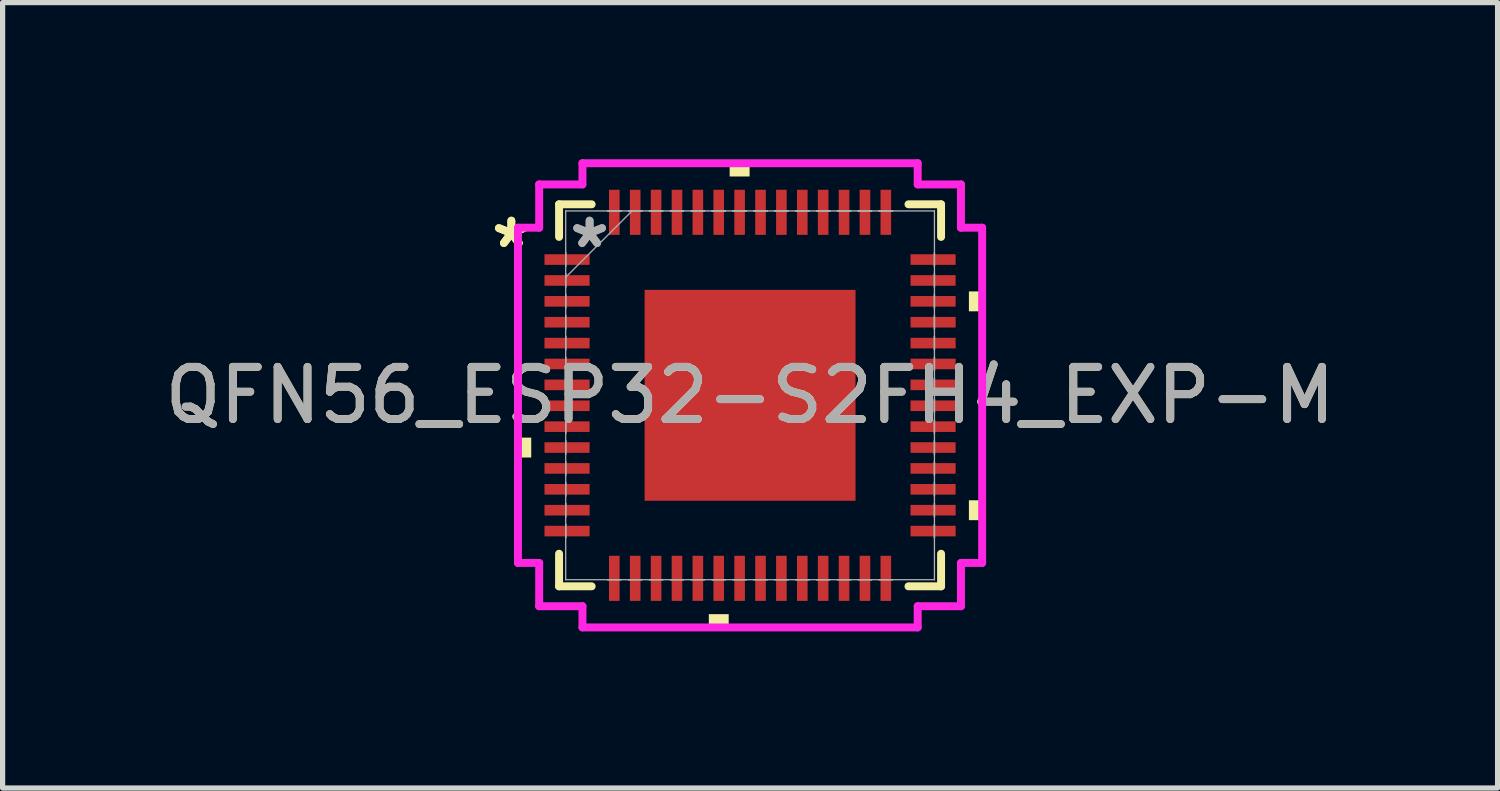
<source format=kicad_pcb>
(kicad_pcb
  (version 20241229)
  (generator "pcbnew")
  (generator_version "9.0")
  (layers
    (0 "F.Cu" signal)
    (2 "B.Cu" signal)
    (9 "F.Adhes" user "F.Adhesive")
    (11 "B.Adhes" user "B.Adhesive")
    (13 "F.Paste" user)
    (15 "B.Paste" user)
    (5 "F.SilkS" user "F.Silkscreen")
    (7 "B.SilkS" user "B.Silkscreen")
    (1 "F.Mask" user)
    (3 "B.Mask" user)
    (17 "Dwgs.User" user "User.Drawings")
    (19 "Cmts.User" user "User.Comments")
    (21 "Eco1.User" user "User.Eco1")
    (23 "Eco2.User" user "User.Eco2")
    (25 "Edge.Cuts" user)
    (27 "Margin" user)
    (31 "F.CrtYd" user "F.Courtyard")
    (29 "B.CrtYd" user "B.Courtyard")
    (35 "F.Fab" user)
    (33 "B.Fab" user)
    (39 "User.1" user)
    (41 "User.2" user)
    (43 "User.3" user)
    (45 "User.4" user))
  (footprint "QFN56_ESP32-S2FH4_EXP-M"
    (layer "F.Cu")
    (at 11.315 4.521)
    (property "Reference" "QFN56_ESP32-S2FH4_EXP-M" (at 0 0 0) (unlocked yes) (layer "F.SilkS") (effects (font (size 1 1) (thickness 0.15))))
    (attr smd)
    (fp_line (start -3.658 -3.658) (end -3.658 -3.034) (stroke (width 0.152) (type solid)) (layer "F.SilkS"))
    (fp_line (start -3.658 3.034) (end -3.658 3.658) (stroke (width 0.152) (type solid)) (layer "F.SilkS"))
    (fp_line (start -3.658 3.658) (end -3.034 3.658) (stroke (width 0.152) (type solid)) (layer "F.SilkS"))
    (fp_line (start -3.034 -3.658) (end -3.658 -3.658) (stroke (width 0.152) (type solid)) (layer "F.SilkS"))
    (fp_line (start 3.034 3.658) (end 3.658 3.658) (stroke (width 0.152) (type solid)) (layer "F.SilkS"))
    (fp_line (start 3.658 -3.658) (end 3.034 -3.658) (stroke (width 0.152) (type solid)) (layer "F.SilkS"))
    (fp_line (start 3.658 -3.034) (end 3.658 -3.658) (stroke (width 0.152) (type solid)) (layer "F.SilkS"))
    (fp_line (start 3.658 3.658) (end 3.658 3.034) (stroke (width 0.152) (type solid)) (layer "F.SilkS"))
    (fp_poly (pts (xy -4.445 0.81) (xy -4.445 1.191) (xy -4.191 1.191) (xy -4.191 0.81)) (stroke (width 0) (type solid)) (fill yes) (layer "F.SilkS"))
    (fp_poly (pts (xy -0.79 4.191) (xy -0.79 4.445) (xy -0.409 4.445) (xy -0.409 4.191)) (stroke (width 0) (type solid)) (fill yes) (layer "F.SilkS"))
    (fp_poly (pts (xy -0.391 -4.191) (xy -0.391 -4.445) (xy -0.009 -4.445) (xy -0.009 -4.191)) (stroke (width 0) (type solid)) (fill yes) (layer "F.SilkS"))
    (fp_poly (pts (xy 4.445 -1.99) (xy 4.445 -1.609) (xy 4.191 -1.609) (xy 4.191 -1.99)) (stroke (width 0) (type solid)) (fill yes) (layer "F.SilkS"))
    (fp_poly (pts (xy 4.445 2.01) (xy 4.445 2.391) (xy 4.191 2.391) (xy 4.191 2.01)) (stroke (width 0) (type solid)) (fill yes) (layer "F.SilkS"))
    (fp_poly (pts (xy -1.919 -1.919) (xy -1.919 -0.773) (xy -0.773 -0.773) (xy -0.773 -1.919)) (stroke (width 0) (type solid)) (fill yes) (layer "F.Paste"))
    (fp_poly (pts (xy -1.919 -0.573) (xy -1.919 0.573) (xy -0.773 0.573) (xy -0.773 -0.573)) (stroke (width 0) (type solid)) (fill yes) (layer "F.Paste"))
    (fp_poly (pts (xy -1.919 0.773) (xy -1.919 1.919) (xy -0.773 1.919) (xy -0.773 0.773)) (stroke (width 0) (type solid)) (fill yes) (layer "F.Paste"))
    (fp_poly (pts (xy -0.573 -1.919) (xy -0.573 -0.773) (xy 0.573 -0.773) (xy 0.573 -1.919)) (stroke (width 0) (type solid)) (fill yes) (layer "F.Paste"))
    (fp_poly (pts (xy -0.573 -0.573) (xy -0.573 0.573) (xy 0.573 0.573) (xy 0.573 -0.573)) (stroke (width 0) (type solid)) (fill yes) (layer "F.Paste"))
    (fp_poly (pts (xy -0.573 0.773) (xy -0.573 1.919) (xy 0.573 1.919) (xy 0.573 0.773)) (stroke (width 0) (type solid)) (fill yes) (layer "F.Paste"))
    (fp_poly (pts (xy 0.773 -1.919) (xy 0.773 -0.773) (xy 1.919 -0.773) (xy 1.919 -1.919)) (stroke (width 0) (type solid)) (fill yes) (layer "F.Paste"))
    (fp_poly (pts (xy 0.773 -0.573) (xy 0.773 0.573) (xy 1.919 0.573) (xy 1.919 -0.573)) (stroke (width 0) (type solid)) (fill yes) (layer "F.Paste"))
    (fp_poly (pts (xy 0.773 0.773) (xy 0.773 1.919) (xy 1.919 1.919) (xy 1.919 0.773)) (stroke (width 0) (type solid)) (fill yes) (layer "F.Paste"))
    (fp_line (start -4.445 -3.21) (end -4.039 -3.21) (stroke (width 0.152) (type solid)) (layer "F.CrtYd"))
    (fp_line (start -4.445 3.21) (end -4.445 -3.21) (stroke (width 0.152) (type solid)) (layer "F.CrtYd"))
    (fp_line (start -4.039 -4.039) (end -3.21 -4.039) (stroke (width 0.152) (type solid)) (layer "F.CrtYd"))
    (fp_line (start -4.039 -3.21) (end -4.039 -4.039) (stroke (width 0.152) (type solid)) (layer "F.CrtYd"))
    (fp_line (start -4.039 3.21) (end -4.445 3.21) (stroke (width 0.152) (type solid)) (layer "F.CrtYd"))
    (fp_line (start -4.039 4.039) (end -4.039 3.21) (stroke (width 0.152) (type solid)) (layer "F.CrtYd"))
    (fp_line (start -3.21 -4.445) (end 3.21 -4.445) (stroke (width 0.152) (type solid)) (layer "F.CrtYd"))
    (fp_line (start -3.21 -4.039) (end -3.21 -4.445) (stroke (width 0.152) (type solid)) (layer "F.CrtYd"))
    (fp_line (start -3.21 4.039) (end -4.039 4.039) (stroke (width 0.152) (type solid)) (layer "F.CrtYd"))
    (fp_line (start -3.21 4.445) (end -3.21 4.039) (stroke (width 0.152) (type solid)) (layer "F.CrtYd"))
    (fp_line (start 3.21 -4.445) (end 3.21 -4.039) (stroke (width 0.152) (type solid)) (layer "F.CrtYd"))
    (fp_line (start 3.21 -4.039) (end 4.039 -4.039) (stroke (width 0.152) (type solid)) (layer "F.CrtYd"))
    (fp_line (start 3.21 4.039) (end 3.21 4.445) (stroke (width 0.152) (type solid)) (layer "F.CrtYd"))
    (fp_line (start 3.21 4.445) (end -3.21 4.445) (stroke (width 0.152) (type solid)) (layer "F.CrtYd"))
    (fp_line (start 4.039 -4.039) (end 4.039 -3.21) (stroke (width 0.152) (type solid)) (layer "F.CrtYd"))
    (fp_line (start 4.039 -3.21) (end 4.445 -3.21) (stroke (width 0.152) (type solid)) (layer "F.CrtYd"))
    (fp_line (start 4.039 3.21) (end 4.039 4.039) (stroke (width 0.152) (type solid)) (layer "F.CrtYd"))
    (fp_line (start 4.039 4.039) (end 3.21 4.039) (stroke (width 0.152) (type solid)) (layer "F.CrtYd"))
    (fp_line (start 4.445 -3.21) (end 4.445 3.21) (stroke (width 0.152) (type solid)) (layer "F.CrtYd"))
    (fp_line (start 4.445 3.21) (end 4.039 3.21) (stroke (width 0.152) (type solid)) (layer "F.CrtYd"))
    (fp_line (start -3.531 -3.531) (end -3.531 -3.531) (stroke (width 0.025) (type solid)) (layer "F.Fab"))
    (fp_line (start -3.531 -3.531) (end -3.531 3.531) (stroke (width 0.025) (type solid)) (layer "F.Fab"))
    (fp_line (start -3.531 -2.727) (end -3.531 -2.727) (stroke (width 0.025) (type solid)) (layer "F.Fab"))
    (fp_line (start -3.531 -2.727) (end -3.531 -2.473) (stroke (width 0.025) (type solid)) (layer "F.Fab"))
    (fp_line (start -3.531 -2.473) (end -3.531 -2.727) (stroke (width 0.025) (type solid)) (layer "F.Fab"))
    (fp_line (start -3.531 -2.473) (end -3.531 -2.473) (stroke (width 0.025) (type solid)) (layer "F.Fab"))
    (fp_line (start -3.531 -2.327) (end -3.531 -2.327) (stroke (width 0.025) (type solid)) (layer "F.Fab"))
    (fp_line (start -3.531 -2.327) (end -3.531 -2.073) (stroke (width 0.025) (type solid)) (layer "F.Fab"))
    (fp_line (start -3.531 -2.261) (end -2.261 -3.531) (stroke (width 0.025) (type solid)) (layer "F.Fab"))
    (fp_line (start -3.531 -2.073) (end -3.531 -2.327) (stroke (width 0.025) (type solid)) (layer "F.Fab"))
    (fp_line (start -3.531 -2.073) (end -3.531 -2.073) (stroke (width 0.025) (type solid)) (layer "F.Fab"))
    (fp_line (start -3.531 -1.927) (end -3.531 -1.927) (stroke (width 0.025) (type solid)) (layer "F.Fab"))
    (fp_line (start -3.531 -1.927) (end -3.531 -1.673) (stroke (width 0.025) (type solid)) (layer "F.Fab"))
    (fp_line (start -3.531 -1.673) (end -3.531 -1.927) (stroke (width 0.025) (type solid)) (layer "F.Fab"))
    (fp_line (start -3.531 -1.673) (end -3.531 -1.673) (stroke (width 0.025) (type solid)) (layer "F.Fab"))
    (fp_line (start -3.531 -1.527) (end -3.531 -1.527) (stroke (width 0.025) (type solid)) (layer "F.Fab"))
    (fp_line (start -3.531 -1.527) (end -3.531 -1.273) (stroke (width 0.025) (type solid)) (layer "F.Fab"))
    (fp_line (start -3.531 -1.273) (end -3.531 -1.527) (stroke (width 0.025) (type solid)) (layer "F.Fab"))
    (fp_line (start -3.531 -1.273) (end -3.531 -1.273) (stroke (width 0.025) (type solid)) (layer "F.Fab"))
    (fp_line (start -3.531 -1.127) (end -3.531 -1.127) (stroke (width 0.025) (type solid)) (layer "F.Fab"))
    (fp_line (start -3.531 -1.127) (end -3.531 -0.873) (stroke (width 0.025) (type solid)) (layer "F.Fab"))
    (fp_line (start -3.531 -0.873) (end -3.531 -1.127) (stroke (width 0.025) (type solid)) (layer "F.Fab"))
    (fp_line (start -3.531 -0.873) (end -3.531 -0.873) (stroke (width 0.025) (type solid)) (layer "F.Fab"))
    (fp_line (start -3.531 -0.727) (end -3.531 -0.727) (stroke (width 0.025) (type solid)) (layer "F.Fab"))
    (fp_line (start -3.531 -0.727) (end -3.531 -0.473) (stroke (width 0.025) (type solid)) (layer "F.Fab"))
    (fp_line (start -3.531 -0.473) (end -3.531 -0.727) (stroke (width 0.025) (type solid)) (layer "F.Fab"))
    (fp_line (start -3.531 -0.473) (end -3.531 -0.473) (stroke (width 0.025) (type solid)) (layer "F.Fab"))
    (fp_line (start -3.531 -0.327) (end -3.531 -0.327) (stroke (width 0.025) (type solid)) (layer "F.Fab"))
    (fp_line (start -3.531 -0.327) (end -3.531 -0.073) (stroke (width 0.025) (type solid)) (layer "F.Fab"))
    (fp_line (start -3.531 -0.073) (end -3.531 -0.327) (stroke (width 0.025) (type solid)) (layer "F.Fab"))
    (fp_line (start -3.531 -0.073) (end -3.531 -0.073) (stroke (width 0.025) (type solid)) (layer "F.Fab"))
    (fp_line (start -3.531 0.073) (end -3.531 0.073) (stroke (width 0.025) (type solid)) (layer "F.Fab"))
    (fp_line (start -3.531 0.073) (end -3.531 0.327) (stroke (width 0.025) (type solid)) (layer "F.Fab"))
    (fp_line (start -3.531 0.327) (end -3.531 0.073) (stroke (width 0.025) (type solid)) (layer "F.Fab"))
    (fp_line (start -3.531 0.327) (end -3.531 0.327) (stroke (width 0.025) (type solid)) (layer "F.Fab"))
    (fp_line (start -3.531 0.473) (end -3.531 0.473) (stroke (width 0.025) (type solid)) (layer "F.Fab"))
    (fp_line (start -3.531 0.473) (end -3.531 0.727) (stroke (width 0.025) (type solid)) (layer "F.Fab"))
    (fp_line (start -3.531 0.727) (end -3.531 0.473) (stroke (width 0.025) (type solid)) (layer "F.Fab"))
    (fp_line (start -3.531 0.727) (end -3.531 0.727) (stroke (width 0.025) (type solid)) (layer "F.Fab"))
    (fp_line (start -3.531 0.873) (end -3.531 0.873) (stroke (width 0.025) (type solid)) (layer "F.Fab"))
    (fp_line (start -3.531 0.873) (end -3.531 1.127) (stroke (width 0.025) (type solid)) (layer "F.Fab"))
    (fp_line (start -3.531 1.127) (end -3.531 0.873) (stroke (width 0.025) (type solid)) (layer "F.Fab"))
    (fp_line (start -3.531 1.127) (end -3.531 1.127) (stroke (width 0.025) (type solid)) (layer "F.Fab"))
    (fp_line (start -3.531 1.273) (end -3.531 1.273) (stroke (width 0.025) (type solid)) (layer "F.Fab"))
    (fp_line (start -3.531 1.273) (end -3.531 1.527) (stroke (width 0.025) (type solid)) (layer "F.Fab"))
    (fp_line (start -3.531 1.527) (end -3.531 1.273) (stroke (width 0.025) (type solid)) (layer "F.Fab"))
    (fp_line (start -3.531 1.527) (end -3.531 1.527) (stroke (width 0.025) (type solid)) (layer "F.Fab"))
    (fp_line (start -3.531 1.673) (end -3.531 1.673) (stroke (width 0.025) (type solid)) (layer "F.Fab"))
    (fp_line (start -3.531 1.673) (end -3.531 1.927) (stroke (width 0.025) (type solid)) (layer "F.Fab"))
    (fp_line (start -3.531 1.927) (end -3.531 1.673) (stroke (width 0.025) (type solid)) (layer "F.Fab"))
    (fp_line (start -3.531 1.927) (end -3.531 1.927) (stroke (width 0.025) (type solid)) (layer "F.Fab"))
    (fp_line (start -3.531 2.073) (end -3.531 2.073) (stroke (width 0.025) (type solid)) (layer "F.Fab"))
    (fp_line (start -3.531 2.073) (end -3.531 2.327) (stroke (width 0.025) (type solid)) (layer "F.Fab"))
    (fp_line (start -3.531 2.327) (end -3.531 2.073) (stroke (width 0.025) (type solid)) (layer "F.Fab"))
    (fp_line (start -3.531 2.327) (end -3.531 2.327) (stroke (width 0.025) (type solid)) (layer "F.Fab"))
    (fp_line (start -3.531 2.473) (end -3.531 2.473) (stroke (width 0.025) (type solid)) (layer "F.Fab"))
    (fp_line (start -3.531 2.473) (end -3.531 2.727) (stroke (width 0.025) (type solid)) (layer "F.Fab"))
    (fp_line (start -3.531 2.727) (end -3.531 2.473) (stroke (width 0.025) (type solid)) (layer "F.Fab"))
    (fp_line (start -3.531 2.727) (end -3.531 2.727) (stroke (width 0.025) (type solid)) (layer "F.Fab"))
    (fp_line (start -3.531 3.531) (end -3.531 3.531) (stroke (width 0.025) (type solid)) (layer "F.Fab"))
    (fp_line (start -3.531 3.531) (end 3.531 3.531) (stroke (width 0.025) (type solid)) (layer "F.Fab"))
    (fp_line (start -2.727 -3.531) (end -2.727 -3.531) (stroke (width 0.025) (type solid)) (layer "F.Fab"))
    (fp_line (start -2.727 -3.531) (end -2.473 -3.531) (stroke (width 0.025) (type solid)) (layer "F.Fab"))
    (fp_line (start -2.727 3.531) (end -2.727 3.531) (stroke (width 0.025) (type solid)) (layer "F.Fab"))
    (fp_line (start -2.727 3.531) (end -2.473 3.531) (stroke (width 0.025) (type solid)) (layer "F.Fab"))
    (fp_line (start -2.473 -3.531) (end -2.727 -3.531) (stroke (width 0.025) (type solid)) (layer "F.Fab"))
    (fp_line (start -2.473 -3.531) (end -2.473 -3.531) (stroke (width 0.025) (type solid)) (layer "F.Fab"))
    (fp_line (start -2.473 3.531) (end -2.727 3.531) (stroke (width 0.025) (type solid)) (layer "F.Fab"))
    (fp_line (start -2.473 3.531) (end -2.473 3.531) (stroke (width 0.025) (type solid)) (layer "F.Fab"))
    (fp_line (start -2.327 -3.531) (end -2.327 -3.531) (stroke (width 0.025) (type solid)) (layer "F.Fab"))
    (fp_line (start -2.327 -3.531) (end -2.073 -3.531) (stroke (width 0.025) (type solid)) (layer "F.Fab"))
    (fp_line (start -2.327 3.531) (end -2.327 3.531) (stroke (width 0.025) (type solid)) (layer "F.Fab"))
    (fp_line (start -2.327 3.531) (end -2.073 3.531) (stroke (width 0.025) (type solid)) (layer "F.Fab"))
    (fp_line (start -2.073 -3.531) (end -2.327 -3.531) (stroke (width 0.025) (type solid)) (layer "F.Fab"))
    (fp_line (start -2.073 -3.531) (end -2.073 -3.531) (stroke (width 0.025) (type solid)) (layer "F.Fab"))
    (fp_line (start -2.073 3.531) (end -2.327 3.531) (stroke (width 0.025) (type solid)) (layer "F.Fab"))
    (fp_line (start -2.073 3.531) (end -2.073 3.531) (stroke (width 0.025) (type solid)) (layer "F.Fab"))
    (fp_line (start -1.927 -3.531) (end -1.927 -3.531) (stroke (width 0.025) (type solid)) (layer "F.Fab"))
    (fp_line (start -1.927 -3.531) (end -1.673 -3.531) (stroke (width 0.025) (type solid)) (layer "F.Fab"))
    (fp_line (start -1.927 3.531) (end -1.927 3.531) (stroke (width 0.025) (type solid)) (layer "F.Fab"))
    (fp_line (start -1.927 3.531) (end -1.673 3.531) (stroke (width 0.025) (type solid)) (layer "F.Fab"))
    (fp_line (start -1.673 -3.531) (end -1.927 -3.531) (stroke (width 0.025) (type solid)) (layer "F.Fab"))
    (fp_line (start -1.673 -3.531) (end -1.673 -3.531) (stroke (width 0.025) (type solid)) (layer "F.Fab"))
    (fp_line (start -1.673 3.531) (end -1.927 3.531) (stroke (width 0.025) (type solid)) (layer "F.Fab"))
    (fp_line (start -1.673 3.531) (end -1.673 3.531) (stroke (width 0.025) (type solid)) (layer "F.Fab"))
    (fp_line (start -1.527 -3.531) (end -1.527 -3.531) (stroke (width 0.025) (type solid)) (layer "F.Fab"))
    (fp_line (start -1.527 -3.531) (end -1.273 -3.531) (stroke (width 0.025) (type solid)) (layer "F.Fab"))
    (fp_line (start -1.527 3.531) (end -1.527 3.531) (stroke (width 0.025) (type solid)) (layer "F.Fab"))
    (fp_line (start -1.527 3.531) (end -1.273 3.531) (stroke (width 0.025) (type solid)) (layer "F.Fab"))
    (fp_line (start -1.273 -3.531) (end -1.527 -3.531) (stroke (width 0.025) (type solid)) (layer "F.Fab"))
    (fp_line (start -1.273 -3.531) (end -1.273 -3.531) (stroke (width 0.025) (type solid)) (layer "F.Fab"))
    (fp_line (start -1.273 3.531) (end -1.527 3.531) (stroke (width 0.025) (type solid)) (layer "F.Fab"))
    (fp_line (start -1.273 3.531) (end -1.273 3.531) (stroke (width 0.025) (type solid)) (layer "F.Fab"))
    (fp_line (start -1.127 -3.531) (end -1.127 -3.531) (stroke (width 0.025) (type solid)) (layer "F.Fab"))
    (fp_line (start -1.127 -3.531) (end -0.873 -3.531) (stroke (width 0.025) (type solid)) (layer "F.Fab"))
    (fp_line (start -1.127 3.531) (end -1.127 3.531) (stroke (width 0.025) (type solid)) (layer "F.Fab"))
    (fp_line (start -1.127 3.531) (end -0.873 3.531) (stroke (width 0.025) (type solid)) (layer "F.Fab"))
    (fp_line (start -0.873 -3.531) (end -1.127 -3.531) (stroke (width 0.025) (type solid)) (layer "F.Fab"))
    (fp_line (start -0.873 -3.531) (end -0.873 -3.531) (stroke (width 0.025) (type solid)) (layer "F.Fab"))
    (fp_line (start -0.873 3.531) (end -1.127 3.531) (stroke (width 0.025) (type solid)) (layer "F.Fab"))
    (fp_line (start -0.873 3.531) (end -0.873 3.531) (stroke (width 0.025) (type solid)) (layer "F.Fab"))
    (fp_line (start -0.727 -3.531) (end -0.727 -3.531) (stroke (width 0.025) (type solid)) (layer "F.Fab"))
    (fp_line (start -0.727 -3.531) (end -0.473 -3.531) (stroke (width 0.025) (type solid)) (layer "F.Fab"))
    (fp_line (start -0.727 3.531) (end -0.727 3.531) (stroke (width 0.025) (type solid)) (layer "F.Fab"))
    (fp_line (start -0.727 3.531) (end -0.473 3.531) (stroke (width 0.025) (type solid)) (layer "F.Fab"))
    (fp_line (start -0.473 -3.531) (end -0.727 -3.531) (stroke (width 0.025) (type solid)) (layer "F.Fab"))
    (fp_line (start -0.473 -3.531) (end -0.473 -3.531) (stroke (width 0.025) (type solid)) (layer "F.Fab"))
    (fp_line (start -0.473 3.531) (end -0.727 3.531) (stroke (width 0.025) (type solid)) (layer "F.Fab"))
    (fp_line (start -0.473 3.531) (end -0.473 3.531) (stroke (width 0.025) (type solid)) (layer "F.Fab"))
    (fp_line (start -0.327 -3.531) (end -0.327 -3.531) (stroke (width 0.025) (type solid)) (layer "F.Fab"))
    (fp_line (start -0.327 -3.531) (end -0.073 -3.531) (stroke (width 0.025) (type solid)) (layer "F.Fab"))
    (fp_line (start -0.327 3.531) (end -0.327 3.531) (stroke (width 0.025) (type solid)) (layer "F.Fab"))
    (fp_line (start -0.327 3.531) (end -0.073 3.531) (stroke (width 0.025) (type solid)) (layer "F.Fab"))
    (fp_line (start -0.073 -3.531) (end -0.327 -3.531) (stroke (width 0.025) (type solid)) (layer "F.Fab"))
    (fp_line (start -0.073 -3.531) (end -0.073 -3.531) (stroke (width 0.025) (type solid)) (layer "F.Fab"))
    (fp_line (start -0.073 3.531) (end -0.327 3.531) (stroke (width 0.025) (type solid)) (layer "F.Fab"))
    (fp_line (start -0.073 3.531) (end -0.073 3.531) (stroke (width 0.025) (type solid)) (layer "F.Fab"))
    (fp_line (start 0.073 -3.531) (end 0.073 -3.531) (stroke (width 0.025) (type solid)) (layer "F.Fab"))
    (fp_line (start 0.073 -3.531) (end 0.327 -3.531) (stroke (width 0.025) (type solid)) (layer "F.Fab"))
    (fp_line (start 0.073 3.531) (end 0.073 3.531) (stroke (width 0.025) (type solid)) (layer "F.Fab"))
    (fp_line (start 0.073 3.531) (end 0.327 3.531) (stroke (width 0.025) (type solid)) (layer "F.Fab"))
    (fp_line (start 0.327 -3.531) (end 0.073 -3.531) (stroke (width 0.025) (type solid)) (layer "F.Fab"))
    (fp_line (start 0.327 -3.531) (end 0.327 -3.531) (stroke (width 0.025) (type solid)) (layer "F.Fab"))
    (fp_line (start 0.327 3.531) (end 0.073 3.531) (stroke (width 0.025) (type solid)) (layer "F.Fab"))
    (fp_line (start 0.327 3.531) (end 0.327 3.531) (stroke (width 0.025) (type solid)) (layer "F.Fab"))
    (fp_line (start 0.473 -3.531) (end 0.473 -3.531) (stroke (width 0.025) (type solid)) (layer "F.Fab"))
    (fp_line (start 0.473 -3.531) (end 0.727 -3.531) (stroke (width 0.025) (type solid)) (layer "F.Fab"))
    (fp_line (start 0.473 3.531) (end 0.473 3.531) (stroke (width 0.025) (type solid)) (layer "F.Fab"))
    (fp_line (start 0.473 3.531) (end 0.727 3.531) (stroke (width 0.025) (type solid)) (layer "F.Fab"))
    (fp_line (start 0.727 -3.531) (end 0.473 -3.531) (stroke (width 0.025) (type solid)) (layer "F.Fab"))
    (fp_line (start 0.727 -3.531) (end 0.727 -3.531) (stroke (width 0.025) (type solid)) (layer "F.Fab"))
    (fp_line (start 0.727 3.531) (end 0.473 3.531) (stroke (width 0.025) (type solid)) (layer "F.Fab"))
    (fp_line (start 0.727 3.531) (end 0.727 3.531) (stroke (width 0.025) (type solid)) (layer "F.Fab"))
    (fp_line (start 0.873 -3.531) (end 0.873 -3.531) (stroke (width 0.025) (type solid)) (layer "F.Fab"))
    (fp_line (start 0.873 -3.531) (end 1.127 -3.531) (stroke (width 0.025) (type solid)) (layer "F.Fab"))
    (fp_line (start 0.873 3.531) (end 0.873 3.531) (stroke (width 0.025) (type solid)) (layer "F.Fab"))
    (fp_line (start 0.873 3.531) (end 1.127 3.531) (stroke (width 0.025) (type solid)) (layer "F.Fab"))
    (fp_line (start 1.127 -3.531) (end 0.873 -3.531) (stroke (width 0.025) (type solid)) (layer "F.Fab"))
    (fp_line (start 1.127 -3.531) (end 1.127 -3.531) (stroke (width 0.025) (type solid)) (layer "F.Fab"))
    (fp_line (start 1.127 3.531) (end 0.873 3.531) (stroke (width 0.025) (type solid)) (layer "F.Fab"))
    (fp_line (start 1.127 3.531) (end 1.127 3.531) (stroke (width 0.025) (type solid)) (layer "F.Fab"))
    (fp_line (start 1.273 -3.531) (end 1.273 -3.531) (stroke (width 0.025) (type solid)) (layer "F.Fab"))
    (fp_line (start 1.273 -3.531) (end 1.527 -3.531) (stroke (width 0.025) (type solid)) (layer "F.Fab"))
    (fp_line (start 1.273 3.531) (end 1.273 3.531) (stroke (width 0.025) (type solid)) (layer "F.Fab"))
    (fp_line (start 1.273 3.531) (end 1.527 3.531) (stroke (width 0.025) (type solid)) (layer "F.Fab"))
    (fp_line (start 1.527 -3.531) (end 1.273 -3.531) (stroke (width 0.025) (type solid)) (layer "F.Fab"))
    (fp_line (start 1.527 -3.531) (end 1.527 -3.531) (stroke (width 0.025) (type solid)) (layer "F.Fab"))
    (fp_line (start 1.527 3.531) (end 1.273 3.531) (stroke (width 0.025) (type solid)) (layer "F.Fab"))
    (fp_line (start 1.527 3.531) (end 1.527 3.531) (stroke (width 0.025) (type solid)) (layer "F.Fab"))
    (fp_line (start 1.673 -3.531) (end 1.673 -3.531) (stroke (width 0.025) (type solid)) (layer "F.Fab"))
    (fp_line (start 1.673 -3.531) (end 1.927 -3.531) (stroke (width 0.025) (type solid)) (layer "F.Fab"))
    (fp_line (start 1.673 3.531) (end 1.673 3.531) (stroke (width 0.025) (type solid)) (layer "F.Fab"))
    (fp_line (start 1.673 3.531) (end 1.927 3.531) (stroke (width 0.025) (type solid)) (layer "F.Fab"))
    (fp_line (start 1.927 -3.531) (end 1.673 -3.531) (stroke (width 0.025) (type solid)) (layer "F.Fab"))
    (fp_line (start 1.927 -3.531) (end 1.927 -3.531) (stroke (width 0.025) (type solid)) (layer "F.Fab"))
    (fp_line (start 1.927 3.531) (end 1.673 3.531) (stroke (width 0.025) (type solid)) (layer "F.Fab"))
    (fp_line (start 1.927 3.531) (end 1.927 3.531) (stroke (width 0.025) (type solid)) (layer "F.Fab"))
    (fp_line (start 2.073 -3.531) (end 2.073 -3.531) (stroke (width 0.025) (type solid)) (layer "F.Fab"))
    (fp_line (start 2.073 -3.531) (end 2.327 -3.531) (stroke (width 0.025) (type solid)) (layer "F.Fab"))
    (fp_line (start 2.073 3.531) (end 2.073 3.531) (stroke (width 0.025) (type solid)) (layer "F.Fab"))
    (fp_line (start 2.073 3.531) (end 2.327 3.531) (stroke (width 0.025) (type solid)) (layer "F.Fab"))
    (fp_line (start 2.327 -3.531) (end 2.073 -3.531) (stroke (width 0.025) (type solid)) (layer "F.Fab"))
    (fp_line (start 2.327 -3.531) (end 2.327 -3.531) (stroke (width 0.025) (type solid)) (layer "F.Fab"))
    (fp_line (start 2.327 3.531) (end 2.073 3.531) (stroke (width 0.025) (type solid)) (layer "F.Fab"))
    (fp_line (start 2.327 3.531) (end 2.327 3.531) (stroke (width 0.025) (type solid)) (layer "F.Fab"))
    (fp_line (start 2.473 -3.531) (end 2.473 -3.531) (stroke (width 0.025) (type solid)) (layer "F.Fab"))
    (fp_line (start 2.473 -3.531) (end 2.727 -3.531) (stroke (width 0.025) (type solid)) (layer "F.Fab"))
    (fp_line (start 2.473 3.531) (end 2.473 3.531) (stroke (width 0.025) (type solid)) (layer "F.Fab"))
    (fp_line (start 2.473 3.531) (end 2.727 3.531) (stroke (width 0.025) (type solid)) (layer "F.Fab"))
    (fp_line (start 2.727 -3.531) (end 2.473 -3.531) (stroke (width 0.025) (type solid)) (layer "F.Fab"))
    (fp_line (start 2.727 -3.531) (end 2.727 -3.531) (stroke (width 0.025) (type solid)) (layer "F.Fab"))
    (fp_line (start 2.727 3.531) (end 2.473 3.531) (stroke (width 0.025) (type solid)) (layer "F.Fab"))
    (fp_line (start 2.727 3.531) (end 2.727 3.531) (stroke (width 0.025) (type solid)) (layer "F.Fab"))
    (fp_line (start 3.531 -3.531) (end -3.531 -3.531) (stroke (width 0.025) (type solid)) (layer "F.Fab"))
    (fp_line (start 3.531 -3.531) (end 3.531 -3.531) (stroke (width 0.025) (type solid)) (layer "F.Fab"))
    (fp_line (start 3.531 -2.727) (end 3.531 -2.727) (stroke (width 0.025) (type solid)) (layer "F.Fab"))
    (fp_line (start 3.531 -2.727) (end 3.531 -2.473) (stroke (width 0.025) (type solid)) (layer "F.Fab"))
    (fp_line (start 3.531 -2.473) (end 3.531 -2.727) (stroke (width 0.025) (type solid)) (layer "F.Fab"))
    (fp_line (start 3.531 -2.473) (end 3.531 -2.473) (stroke (width 0.025) (type solid)) (layer "F.Fab"))
    (fp_line (start 3.531 -2.327) (end 3.531 -2.327) (stroke (width 0.025) (type solid)) (layer "F.Fab"))
    (fp_line (start 3.531 -2.327) (end 3.531 -2.073) (stroke (width 0.025) (type solid)) (layer "F.Fab"))
    (fp_line (start 3.531 -2.073) (end 3.531 -2.327) (stroke (width 0.025) (type solid)) (layer "F.Fab"))
    (fp_line (start 3.531 -2.073) (end 3.531 -2.073) (stroke (width 0.025) (type solid)) (layer "F.Fab"))
    (fp_line (start 3.531 -1.927) (end 3.531 -1.927) (stroke (width 0.025) (type solid)) (layer "F.Fab"))
    (fp_line (start 3.531 -1.927) (end 3.531 -1.673) (stroke (width 0.025) (type solid)) (layer "F.Fab"))
    (fp_line (start 3.531 -1.673) (end 3.531 -1.927) (stroke (width 0.025) (type solid)) (layer "F.Fab"))
    (fp_line (start 3.531 -1.673) (end 3.531 -1.673) (stroke (width 0.025) (type solid)) (layer "F.Fab"))
    (fp_line (start 3.531 -1.527) (end 3.531 -1.527) (stroke (width 0.025) (type solid)) (layer "F.Fab"))
    (fp_line (start 3.531 -1.527) (end 3.531 -1.273) (stroke (width 0.025) (type solid)) (layer "F.Fab"))
    (fp_line (start 3.531 -1.273) (end 3.531 -1.527) (stroke (width 0.025) (type solid)) (layer "F.Fab"))
    (fp_line (start 3.531 -1.273) (end 3.531 -1.273) (stroke (width 0.025) (type solid)) (layer "F.Fab"))
    (fp_line (start 3.531 -1.127) (end 3.531 -1.127) (stroke (width 0.025) (type solid)) (layer "F.Fab"))
    (fp_line (start 3.531 -1.127) (end 3.531 -0.873) (stroke (width 0.025) (type solid)) (layer "F.Fab"))
    (fp_line (start 3.531 -0.873) (end 3.531 -1.127) (stroke (width 0.025) (type solid)) (layer "F.Fab"))
    (fp_line (start 3.531 -0.873) (end 3.531 -0.873) (stroke (width 0.025) (type solid)) (layer "F.Fab"))
    (fp_line (start 3.531 -0.727) (end 3.531 -0.727) (stroke (width 0.025) (type solid)) (layer "F.Fab"))
    (fp_line (start 3.531 -0.727) (end 3.531 -0.473) (stroke (width 0.025) (type solid)) (layer "F.Fab"))
    (fp_line (start 3.531 -0.473) (end 3.531 -0.727) (stroke (width 0.025) (type solid)) (layer "F.Fab"))
    (fp_line (start 3.531 -0.473) (end 3.531 -0.473) (stroke (width 0.025) (type solid)) (layer "F.Fab"))
    (fp_line (start 3.531 -0.327) (end 3.531 -0.327) (stroke (width 0.025) (type solid)) (layer "F.Fab"))
    (fp_line (start 3.531 -0.327) (end 3.531 -0.073) (stroke (width 0.025) (type solid)) (layer "F.Fab"))
    (fp_line (start 3.531 -0.073) (end 3.531 -0.327) (stroke (width 0.025) (type solid)) (layer "F.Fab"))
    (fp_line (start 3.531 -0.073) (end 3.531 -0.073) (stroke (width 0.025) (type solid)) (layer "F.Fab"))
    (fp_line (start 3.531 0.073) (end 3.531 0.073) (stroke (width 0.025) (type solid)) (layer "F.Fab"))
    (fp_line (start 3.531 0.073) (end 3.531 0.327) (stroke (width 0.025) (type solid)) (layer "F.Fab"))
    (fp_line (start 3.531 0.327) (end 3.531 0.073) (stroke (width 0.025) (type solid)) (layer "F.Fab"))
    (fp_line (start 3.531 0.327) (end 3.531 0.327) (stroke (width 0.025) (type solid)) (layer "F.Fab"))
    (fp_line (start 3.531 0.473) (end 3.531 0.473) (stroke (width 0.025) (type solid)) (layer "F.Fab"))
    (fp_line (start 3.531 0.473) (end 3.531 0.727) (stroke (width 0.025) (type solid)) (layer "F.Fab"))
    (fp_line (start 3.531 0.727) (end 3.531 0.473) (stroke (width 0.025) (type solid)) (layer "F.Fab"))
    (fp_line (start 3.531 0.727) (end 3.531 0.727) (stroke (width 0.025) (type solid)) (layer "F.Fab"))
    (fp_line (start 3.531 0.873) (end 3.531 0.873) (stroke (width 0.025) (type solid)) (layer "F.Fab"))
    (fp_line (start 3.531 0.873) (end 3.531 1.127) (stroke (width 0.025) (type solid)) (layer "F.Fab"))
    (fp_line (start 3.531 1.127) (end 3.531 0.873) (stroke (width 0.025) (type solid)) (layer "F.Fab"))
    (fp_line (start 3.531 1.127) (end 3.531 1.127) (stroke (width 0.025) (type solid)) (layer "F.Fab"))
    (fp_line (start 3.531 1.273) (end 3.531 1.273) (stroke (width 0.025) (type solid)) (layer "F.Fab"))
    (fp_line (start 3.531 1.273) (end 3.531 1.527) (stroke (width 0.025) (type solid)) (layer "F.Fab"))
    (fp_line (start 3.531 1.527) (end 3.531 1.273) (stroke (width 0.025) (type solid)) (layer "F.Fab"))
    (fp_line (start 3.531 1.527) (end 3.531 1.527) (stroke (width 0.025) (type solid)) (layer "F.Fab"))
    (fp_line (start 3.531 1.673) (end 3.531 1.673) (stroke (width 0.025) (type solid)) (layer "F.Fab"))
    (fp_line (start 3.531 1.673) (end 3.531 1.927) (stroke (width 0.025) (type solid)) (layer "F.Fab"))
    (fp_line (start 3.531 1.927) (end 3.531 1.673) (stroke (width 0.025) (type solid)) (layer "F.Fab"))
    (fp_line (start 3.531 1.927) (end 3.531 1.927) (stroke (width 0.025) (type solid)) (layer "F.Fab"))
    (fp_line (start 3.531 2.073) (end 3.531 2.073) (stroke (width 0.025) (type solid)) (layer "F.Fab"))
    (fp_line (start 3.531 2.073) (end 3.531 2.327) (stroke (width 0.025) (type solid)) (layer "F.Fab"))
    (fp_line (start 3.531 2.327) (end 3.531 2.073) (stroke (width 0.025) (type solid)) (layer "F.Fab"))
    (fp_line (start 3.531 2.327) (end 3.531 2.327) (stroke (width 0.025) (type solid)) (layer "F.Fab"))
    (fp_line (start 3.531 2.473) (end 3.531 2.473) (stroke (width 0.025) (type solid)) (layer "F.Fab"))
    (fp_line (start 3.531 2.473) (end 3.531 2.727) (stroke (width 0.025) (type solid)) (layer "F.Fab"))
    (fp_line (start 3.531 2.727) (end 3.531 2.473) (stroke (width 0.025) (type solid)) (layer "F.Fab"))
    (fp_line (start 3.531 2.727) (end 3.531 2.727) (stroke (width 0.025) (type solid)) (layer "F.Fab"))
    (fp_line (start 3.531 3.531) (end 3.531 -3.531) (stroke (width 0.025) (type solid)) (layer "F.Fab"))
    (fp_line (start 3.531 3.531) (end 3.531 3.531) (stroke (width 0.025) (type solid)) (layer "F.Fab"))
    (fp_text user "*" (at -4.572 -2.8 0) (unlocked yes) (layer "F.SilkS") (effects (font (size 1 1) (thickness 0.15))))
    (fp_text user "*" (at -4.572 -2.8 0) (layer "F.SilkS") (effects (font (size 1 1) (thickness 0.15))))
    (fp_text user "*" (at -3.073 -2.8 0) (layer "F.Fab") (effects (font (size 1 1) (thickness 0.15))))
    (fp_text user "*" (at -3.073 -2.8 0) (unlocked yes) (layer "F.Fab") (effects (font (size 1 1) (thickness 0.15))))
    (fp_text user "${REFERENCE}" (at 0 0 0) (unlocked yes) (layer "F.Fab") (effects (font (size 1 1) (thickness 0.15))))
    (pad "1" smd rect (at -3.505 -2.6 90) (size 0.203 0.864) (layers "F.Cu" "F.Mask" "F.Paste"))
    (pad "2" smd rect (at -3.505 -2.2 90) (size 0.203 0.864) (layers "F.Cu" "F.Mask" "F.Paste"))
    (pad "3" smd rect (at -3.505 -1.8 90) (size 0.203 0.864) (layers "F.Cu" "F.Mask" "F.Paste"))
    (pad "4" smd rect (at -3.505 -1.4 90) (size 0.203 0.864) (layers "F.Cu" "F.Mask" "F.Paste"))
    (pad "5" smd rect (at -3.505 -1 90) (size 0.203 0.864) (layers "F.Cu" "F.Mask" "F.Paste"))
    (pad "6" smd rect (at -3.505 -0.6 90) (size 0.203 0.864) (layers "F.Cu" "F.Mask" "F.Paste"))
    (pad "7" smd rect (at -3.505 -0.2 90) (size 0.203 0.864) (layers "F.Cu" "F.Mask" "F.Paste"))
    (pad "8" smd rect (at -3.505 0.2 90) (size 0.203 0.864) (layers "F.Cu" "F.Mask" "F.Paste"))
    (pad "9" smd rect (at -3.505 0.6 90) (size 0.203 0.864) (layers "F.Cu" "F.Mask" "F.Paste"))
    (pad "10" smd rect (at -3.505 1 90) (size 0.203 0.864) (layers "F.Cu" "F.Mask" "F.Paste"))
    (pad "11" smd rect (at -3.505 1.4 90) (size 0.203 0.864) (layers "F.Cu" "F.Mask" "F.Paste"))
    (pad "12" smd rect (at -3.505 1.8 90) (size 0.203 0.864) (layers "F.Cu" "F.Mask" "F.Paste"))
    (pad "13" smd rect (at -3.505 2.2 90) (size 0.203 0.864) (layers "F.Cu" "F.Mask" "F.Paste"))
    (pad "14" smd rect (at -3.505 2.6 90) (size 0.203 0.864) (layers "F.Cu" "F.Mask" "F.Paste"))
    (pad "15" smd rect (at -2.6 3.505) (size 0.203 0.864) (layers "F.Cu" "F.Mask" "F.Paste"))
    (pad "16" smd rect (at -2.2 3.505) (size 0.203 0.864) (layers "F.Cu" "F.Mask" "F.Paste"))
    (pad "17" smd rect (at -1.8 3.505) (size 0.203 0.864) (layers "F.Cu" "F.Mask" "F.Paste"))
    (pad "18" smd rect (at -1.4 3.505) (size 0.203 0.864) (layers "F.Cu" "F.Mask" "F.Paste"))
    (pad "19" smd rect (at -1 3.505) (size 0.203 0.864) (layers "F.Cu" "F.Mask" "F.Paste"))
    (pad "20" smd rect (at -0.6 3.505) (size 0.203 0.864) (layers "F.Cu" "F.Mask" "F.Paste"))
    (pad "21" smd rect (at -0.2 3.505) (size 0.203 0.864) (layers "F.Cu" "F.Mask" "F.Paste"))
    (pad "22" smd rect (at 0.2 3.505) (size 0.203 0.864) (layers "F.Cu" "F.Mask" "F.Paste"))
    (pad "23" smd rect (at 0.6 3.505) (size 0.203 0.864) (layers "F.Cu" "F.Mask" "F.Paste"))
    (pad "24" smd rect (at 1 3.505) (size 0.203 0.864) (layers "F.Cu" "F.Mask" "F.Paste"))
    (pad "25" smd rect (at 1.4 3.505) (size 0.203 0.864) (layers "F.Cu" "F.Mask" "F.Paste"))
    (pad "26" smd rect (at 1.8 3.505) (size 0.203 0.864) (layers "F.Cu" "F.Mask" "F.Paste"))
    (pad "27" smd rect (at 2.2 3.505) (size 0.203 0.864) (layers "F.Cu" "F.Mask" "F.Paste"))
    (pad "28" smd rect (at 2.6 3.505) (size 0.203 0.864) (layers "F.Cu" "F.Mask" "F.Paste"))
    (pad "29" smd rect (at 3.505 2.6 90) (size 0.203 0.864) (layers "F.Cu" "F.Mask" "F.Paste"))
    (pad "30" smd rect (at 3.505 2.2 90) (size 0.203 0.864) (layers "F.Cu" "F.Mask" "F.Paste"))
    (pad "31" smd rect (at 3.505 1.8 90) (size 0.203 0.864) (layers "F.Cu" "F.Mask" "F.Paste"))
    (pad "32" smd rect (at 3.505 1.4 90) (size 0.203 0.864) (layers "F.Cu" "F.Mask" "F.Paste"))
    (pad "33" smd rect (at 3.505 1 90) (size 0.203 0.864) (layers "F.Cu" "F.Mask" "F.Paste"))
    (pad "34" smd rect (at 3.505 0.6 90) (size 0.203 0.864) (layers "F.Cu" "F.Mask" "F.Paste"))
    (pad "35" smd rect (at 3.505 0.2 90) (size 0.203 0.864) (layers "F.Cu" "F.Mask" "F.Paste"))
    (pad "36" smd rect (at 3.505 -0.2 90) (size 0.203 0.864) (layers "F.Cu" "F.Mask" "F.Paste"))
    (pad "37" smd rect (at 3.505 -0.6 90) (size 0.203 0.864) (layers "F.Cu" "F.Mask" "F.Paste"))
    (pad "38" smd rect (at 3.505 -1 90) (size 0.203 0.864) (layers "F.Cu" "F.Mask" "F.Paste"))
    (pad "39" smd rect (at 3.505 -1.4 90) (size 0.203 0.864) (layers "F.Cu" "F.Mask" "F.Paste"))
    (pad "40" smd rect (at 3.505 -1.8 90) (size 0.203 0.864) (layers "F.Cu" "F.Mask" "F.Paste"))
    (pad "41" smd rect (at 3.505 -2.2 90) (size 0.203 0.864) (layers "F.Cu" "F.Mask" "F.Paste"))
    (pad "42" smd rect (at 3.505 -2.6 90) (size 0.203 0.864) (layers "F.Cu" "F.Mask" "F.Paste"))
    (pad "43" smd rect (at 2.6 -3.505) (size 0.203 0.864) (layers "F.Cu" "F.Mask" "F.Paste"))
    (pad "44" smd rect (at 2.2 -3.505) (size 0.203 0.864) (layers "F.Cu" "F.Mask" "F.Paste"))
    (pad "45" smd rect (at 1.8 -3.505) (size 0.203 0.864) (layers "F.Cu" "F.Mask" "F.Paste"))
    (pad "46" smd rect (at 1.4 -3.505) (size 0.203 0.864) (layers "F.Cu" "F.Mask" "F.Paste"))
    (pad "47" smd rect (at 1 -3.505) (size 0.203 0.864) (layers "F.Cu" "F.Mask" "F.Paste"))
    (pad "48" smd rect (at 0.6 -3.505) (size 0.203 0.864) (layers "F.Cu" "F.Mask" "F.Paste"))
    (pad "49" smd rect (at 0.2 -3.505) (size 0.203 0.864) (layers "F.Cu" "F.Mask" "F.Paste"))
    (pad "50" smd rect (at -0.2 -3.505) (size 0.203 0.864) (layers "F.Cu" "F.Mask" "F.Paste"))
    (pad "51" smd rect (at -0.6 -3.505) (size 0.203 0.864) (layers "F.Cu" "F.Mask" "F.Paste"))
    (pad "52" smd rect (at -1 -3.505) (size 0.203 0.864) (layers "F.Cu" "F.Mask" "F.Paste"))
    (pad "53" smd rect (at -1.4 -3.505) (size 0.203 0.864) (layers "F.Cu" "F.Mask" "F.Paste"))
    (pad "54" smd rect (at -1.8 -3.505) (size 0.203 0.864) (layers "F.Cu" "F.Mask" "F.Paste"))
    (pad "55" smd rect (at -2.2 -3.505) (size 0.203 0.864) (layers "F.Cu" "F.Mask" "F.Paste"))
    (pad "56" smd rect (at -2.6 -3.505) (size 0.203 0.864) (layers "F.Cu" "F.Mask" "F.Paste"))
    (pad "57" smd rect (at 0 0) (size 4.039 4.039) (layers "F.Cu" "F.Mask" "F.Paste")))
  (gr_rect
    (start -3 -3)
    (end 25.631 12.042)
    (stroke (width 0.1) (type default))
    (fill no)
    (layer "Edge.Cuts")))
</source>
